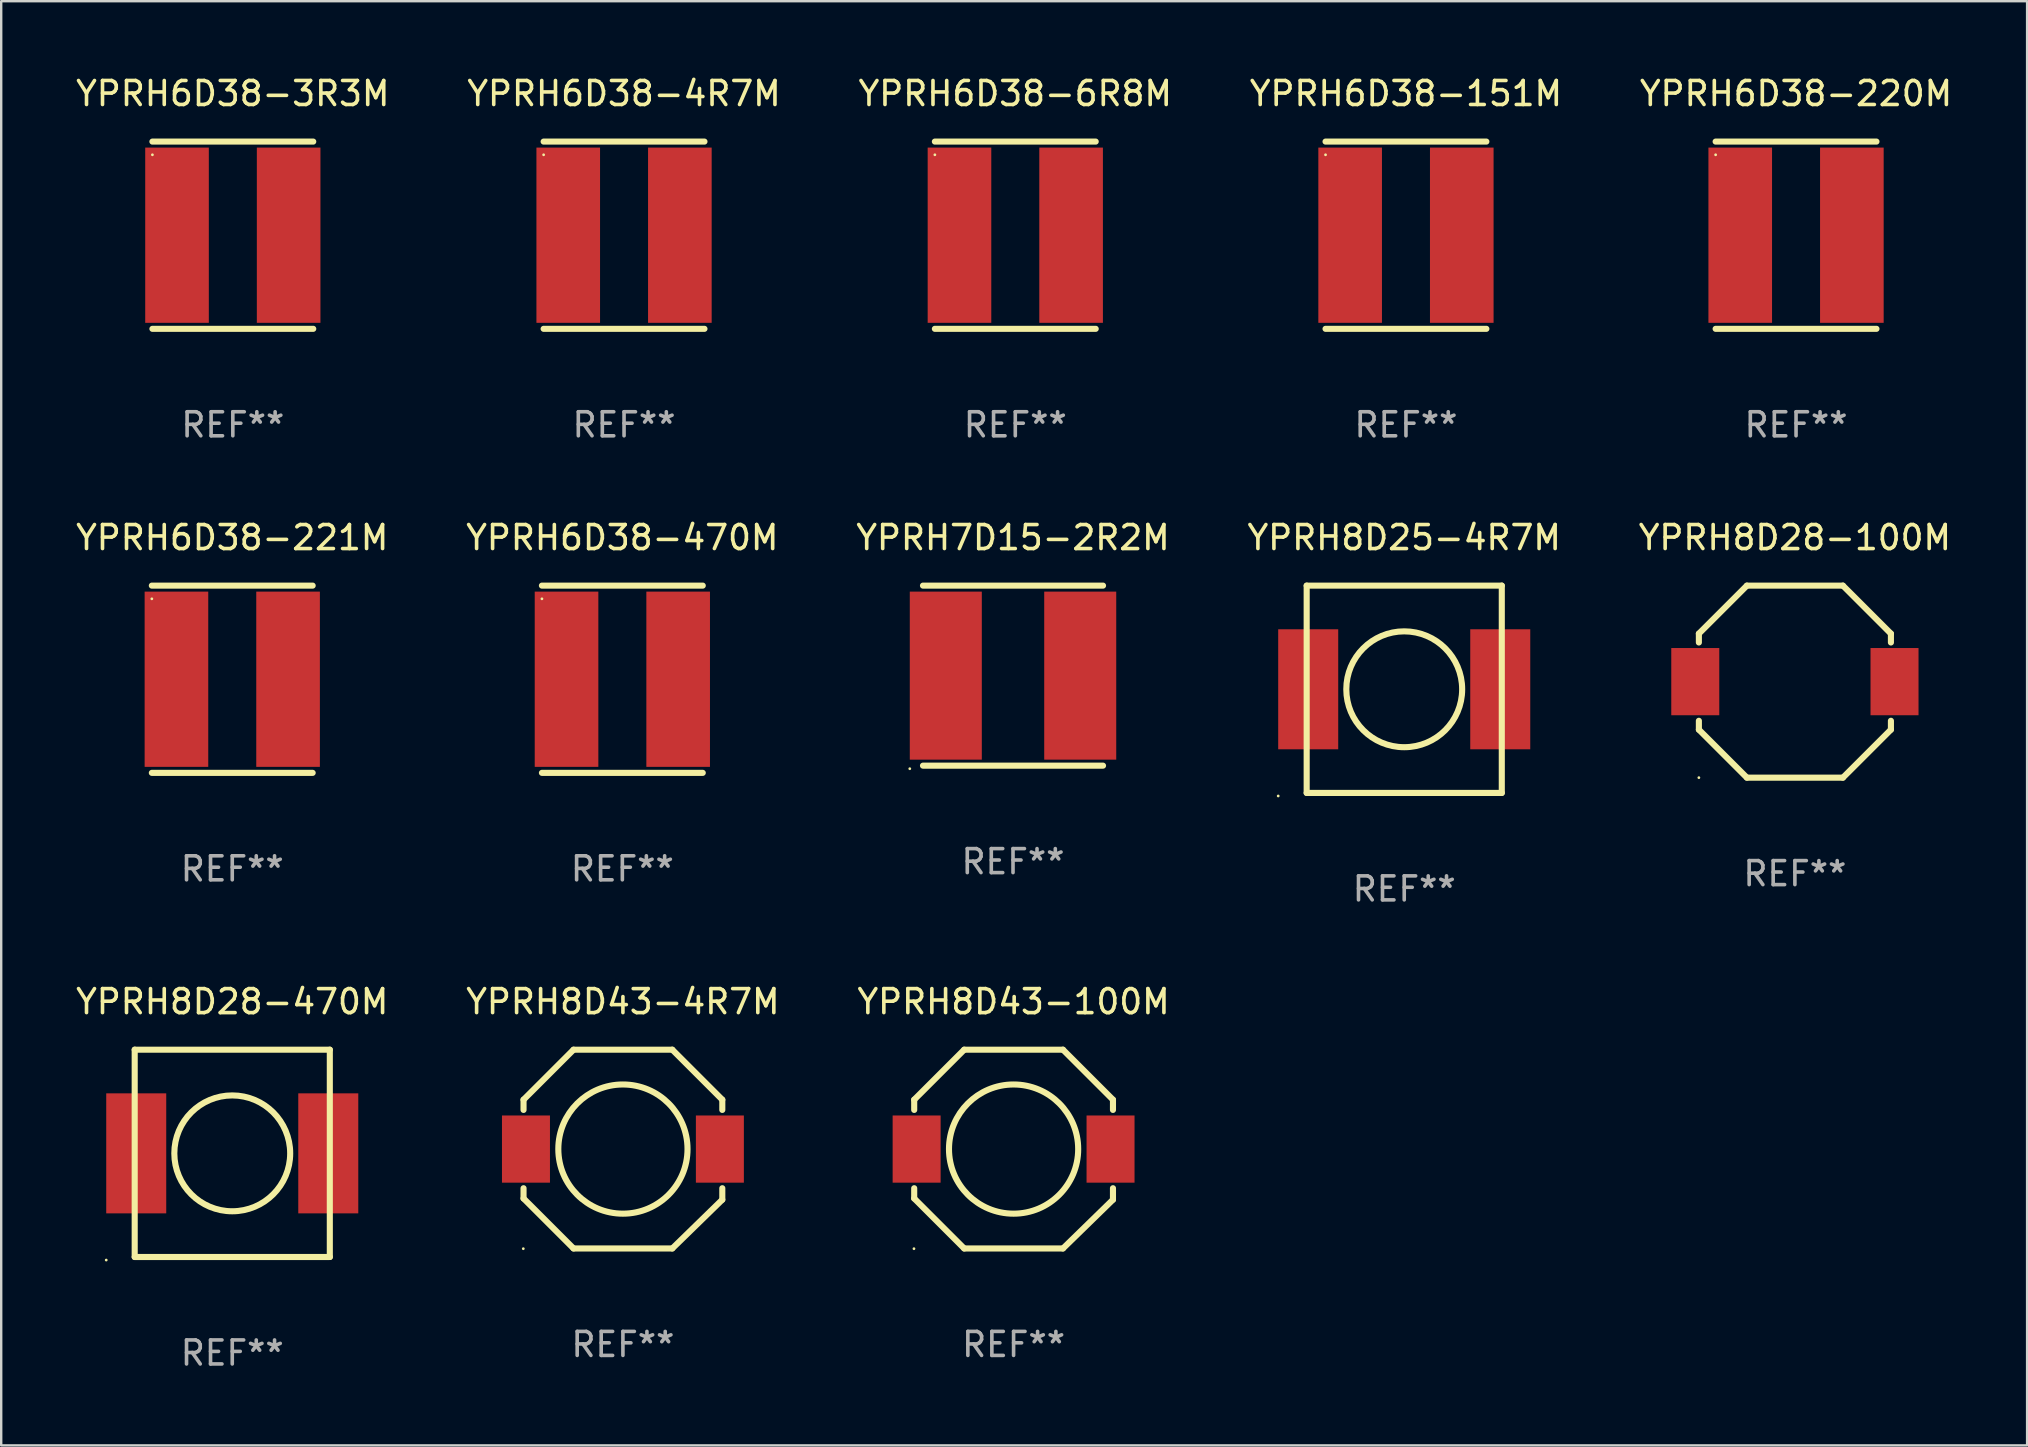
<source format=kicad_pcb>
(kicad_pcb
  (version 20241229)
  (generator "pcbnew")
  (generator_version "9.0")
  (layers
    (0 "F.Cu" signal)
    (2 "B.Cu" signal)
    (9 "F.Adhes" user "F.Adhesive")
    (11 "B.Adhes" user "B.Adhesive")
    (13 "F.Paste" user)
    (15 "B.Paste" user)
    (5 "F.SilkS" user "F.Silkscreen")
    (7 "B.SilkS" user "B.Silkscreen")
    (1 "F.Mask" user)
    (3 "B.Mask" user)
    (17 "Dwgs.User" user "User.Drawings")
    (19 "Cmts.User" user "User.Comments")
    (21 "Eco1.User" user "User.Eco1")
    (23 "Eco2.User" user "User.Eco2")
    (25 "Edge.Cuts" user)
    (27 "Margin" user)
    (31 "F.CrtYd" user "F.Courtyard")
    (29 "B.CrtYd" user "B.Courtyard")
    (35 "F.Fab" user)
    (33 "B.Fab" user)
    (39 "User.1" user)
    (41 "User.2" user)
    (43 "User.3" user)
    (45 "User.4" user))
  (footprint "YPRH6D38-470M"
    (layer "F.Cu")
    (at 22.875 25.245)
    (property "Reference" "YPRH6D38-470M" (at 0 -5.9 0) (layer "F.SilkS") (effects (font (size 1 1) (thickness 0.15))))
    (attr through_hole)
    (fp_line (start -3.35 -3.9) (end 3.35 -3.9) (stroke (width 0.254) (type solid)) (layer "F.SilkS"))
    (fp_line (start -3.35 3.9) (end 3.35 3.9) (stroke (width 0.254) (type solid)) (layer "F.SilkS"))
    (fp_circle (center -3.35 -3.35) (end -3.32 -3.35) (stroke (width 0.06) (type solid)) (fill no) (layer "F.SilkS"))
    (fp_text user "REF**" (at 0 7.9 0) (layer "F.Fab") (effects (font (size 1 1) (thickness 0.15))))
    (pad "1" smd rect (at -2.325 0) (size 2.65 7.3) (layers "F.Cu" "F.Mask" "F.Paste"))
    (pad "2" smd rect (at 2.325 0) (size 2.65 7.3) (layers "F.Cu" "F.Mask" "F.Paste")))
  (footprint "YPRH8D28-470M"
    (layer "F.Cu")
    (at 6.625 44.995)
    (property "Reference" "YPRH8D28-470M" (at 0 -6.318 0) (layer "F.SilkS") (effects (font (size 1 1) (thickness 0.15))))
    (attr through_hole)
    (fp_line (start -4.064 -4.318) (end -4.064 4.318) (stroke (width 0.254) (type solid)) (layer "F.SilkS"))
    (fp_line (start -4.064 -4.318) (end 4.064 -4.318) (stroke (width 0.254) (type solid)) (layer "F.SilkS"))
    (fp_line (start -4.064 4.318) (end 4.064 4.318) (stroke (width 0.254) (type solid)) (layer "F.SilkS"))
    (fp_line (start 4.064 -4.318) (end 4.064 4.318) (stroke (width 0.254) (type solid)) (layer "F.SilkS"))
    (fp_circle (center -5.25 4.445) (end -5.22 4.445) (stroke (width 0.06) (type solid)) (fill no) (layer "F.SilkS"))
    (fp_circle (center 0 0) (end 2.413 0) (stroke (width 0.254) (type solid)) (fill no) (layer "F.SilkS"))
    (fp_text user "REF**" (at 0 8.318 0) (layer "F.Fab") (effects (font (size 1 1) (thickness 0.15))))
    (pad "1" smd rect (at -4 0.000254 90) (size 5 2.5) (layers "F.Cu" "F.Mask" "F.Paste"))
    (pad "2" smd rect (at 4 0.000254 90) (size 5 2.5) (layers "F.Cu" "F.Mask" "F.Paste")))
  (footprint "YPRH8D28-100M"
    (layer "F.Cu")
    (at 71.72 25.345)
    (property "Reference" "YPRH8D28-100M" (at 0 -6 0) (layer "F.SilkS") (effects (font (size 1 1) (thickness 0.15))))
    (attr through_hole)
    (fp_line (start -4 -2) (end -4 -1.631) (stroke (width 0.254) (type solid)) (layer "F.SilkS"))
    (fp_line (start -4 1.631) (end -4 2) (stroke (width 0.254) (type solid)) (layer "F.SilkS"))
    (fp_line (start -4 2) (end -2 4) (stroke (width 0.254) (type solid)) (layer "F.SilkS"))
    (fp_line (start -2 -4) (end -4 -2) (stroke (width 0.254) (type solid)) (layer "F.SilkS"))
    (fp_line (start -2 4) (end 2 4) (stroke (width 0.254) (type solid)) (layer "F.SilkS"))
    (fp_line (start 2 -4) (end -2 -4) (stroke (width 0.254) (type solid)) (layer "F.SilkS"))
    (fp_line (start 2 4) (end 4 2) (stroke (width 0.254) (type solid)) (layer "F.SilkS"))
    (fp_line (start 4 -2) (end 2 -4) (stroke (width 0.254) (type solid)) (layer "F.SilkS"))
    (fp_line (start 4 -1.631) (end 4 -2) (stroke (width 0.254) (type solid)) (layer "F.SilkS"))
    (fp_line (start 4 2) (end 4 1.631) (stroke (width 0.254) (type solid)) (layer "F.SilkS"))
    (fp_circle (center -4 4) (end -3.97 4) (stroke (width 0.06) (type solid)) (fill no) (layer "F.SilkS"))
    (fp_text user "REF**" (at 0 8 0) (layer "F.Fab") (effects (font (size 1 1) (thickness 0.15))))
    (pad "1" smd rect (at -4.15 0) (size 2 2.8) (layers "F.Cu" "F.Mask" "F.Paste"))
    (pad "2" smd rect (at 4.15 0) (size 2 2.8) (layers "F.Cu" "F.Mask" "F.Paste")))
  (footprint "YPRH6D38-220M"
    (layer "F.Cu")
    (at 71.768 6.748)
    (property "Reference" "YPRH6D38-220M" (at 0 -5.9 0) (layer "F.SilkS") (effects (font (size 1 1) (thickness 0.15))))
    (attr through_hole)
    (fp_line (start -3.35 -3.9) (end 3.35 -3.9) (stroke (width 0.254) (type solid)) (layer "F.SilkS"))
    (fp_line (start -3.35 3.9) (end 3.35 3.9) (stroke (width 0.254) (type solid)) (layer "F.SilkS"))
    (fp_circle (center -3.35 -3.35) (end -3.32 -3.35) (stroke (width 0.06) (type solid)) (fill no) (layer "F.SilkS"))
    (fp_text user "REF**" (at 0 7.9 0) (layer "F.Fab") (effects (font (size 1 1) (thickness 0.15))))
    (pad "1" smd rect (at -2.325 0) (size 2.65 7.3) (layers "F.Cu" "F.Mask" "F.Paste"))
    (pad "2" smd rect (at 2.325 0) (size 2.65 7.3) (layers "F.Cu" "F.Mask" "F.Paste")))
  (footprint "YPRH6D38-4R7M"
    (layer "F.Cu")
    (at 22.946 6.748)
    (property "Reference" "YPRH6D38-4R7M" (at 0 -5.9 0) (layer "F.SilkS") (effects (font (size 1 1) (thickness 0.15))))
    (attr through_hole)
    (fp_line (start -3.35 -3.9) (end 3.35 -3.9) (stroke (width 0.254) (type solid)) (layer "F.SilkS"))
    (fp_line (start -3.35 3.9) (end 3.35 3.9) (stroke (width 0.254) (type solid)) (layer "F.SilkS"))
    (fp_circle (center -3.35 -3.35) (end -3.32 -3.35) (stroke (width 0.06) (type solid)) (fill no) (layer "F.SilkS"))
    (fp_text user "REF**" (at 0 7.9 0) (layer "F.Fab") (effects (font (size 1 1) (thickness 0.15))))
    (pad "1" smd rect (at -2.325 0) (size 2.65 7.3) (layers "F.Cu" "F.Mask" "F.Paste"))
    (pad "2" smd rect (at 2.325 0) (size 2.65 7.3) (layers "F.Cu" "F.Mask" "F.Paste")))
  (footprint "YPRH6D38-151M"
    (layer "F.Cu")
    (at 55.518 6.748)
    (property "Reference" "YPRH6D38-151M" (at 0 -5.9 0) (layer "F.SilkS") (effects (font (size 1 1) (thickness 0.15))))
    (attr through_hole)
    (fp_line (start -3.35 -3.9) (end 3.35 -3.9) (stroke (width 0.254) (type solid)) (layer "F.SilkS"))
    (fp_line (start -3.35 3.9) (end 3.35 3.9) (stroke (width 0.254) (type solid)) (layer "F.SilkS"))
    (fp_circle (center -3.35 -3.35) (end -3.32 -3.35) (stroke (width 0.06) (type solid)) (fill no) (layer "F.SilkS"))
    (fp_text user "REF**" (at 0 7.9 0) (layer "F.Fab") (effects (font (size 1 1) (thickness 0.15))))
    (pad "1" smd rect (at -2.325 0) (size 2.65 7.3) (layers "F.Cu" "F.Mask" "F.Paste"))
    (pad "2" smd rect (at 2.325 0) (size 2.65 7.3) (layers "F.Cu" "F.Mask" "F.Paste")))
  (footprint "YPRH6D38-6R8M"
    (layer "F.Cu")
    (at 39.244 6.748)
    (property "Reference" "YPRH6D38-6R8M" (at 0 -5.9 0) (layer "F.SilkS") (effects (font (size 1 1) (thickness 0.15))))
    (attr through_hole)
    (fp_line (start -3.35 -3.9) (end 3.35 -3.9) (stroke (width 0.254) (type solid)) (layer "F.SilkS"))
    (fp_line (start -3.35 3.9) (end 3.35 3.9) (stroke (width 0.254) (type solid)) (layer "F.SilkS"))
    (fp_circle (center -3.35 -3.35) (end -3.32 -3.35) (stroke (width 0.06) (type solid)) (fill no) (layer "F.SilkS"))
    (fp_text user "REF**" (at 0 7.9 0) (layer "F.Fab") (effects (font (size 1 1) (thickness 0.15))))
    (pad "1" smd rect (at -2.325 0) (size 2.65 7.3) (layers "F.Cu" "F.Mask" "F.Paste"))
    (pad "2" smd rect (at 2.325 0) (size 2.65 7.3) (layers "F.Cu" "F.Mask" "F.Paste")))
  (footprint "YPRH8D43-4R7M"
    (layer "F.Cu")
    (at 22.899 44.817)
    (property "Reference" "YPRH8D43-4R7M" (at 0 -6.14 0) (layer "F.SilkS") (effects (font (size 1 1) (thickness 0.15))))
    (attr through_hole)
    (fp_line (start -4.14 -2.057) (end -2.057 -4.14) (stroke (width 0.254) (type solid)) (layer "F.SilkS"))
    (fp_line (start -4.14 -1.631) (end -4.14 -2.057) (stroke (width 0.254) (type solid)) (layer "F.SilkS"))
    (fp_line (start -4.14 2.057) (end -4.14 1.631) (stroke (width 0.254) (type solid)) (layer "F.SilkS"))
    (fp_line (start -2.057 -4.14) (end 2.057 -4.14) (stroke (width 0.254) (type solid)) (layer "F.SilkS"))
    (fp_line (start -2.057 4.14) (end -4.14 2.057) (stroke (width 0.254) (type solid)) (layer "F.SilkS"))
    (fp_line (start 2.057 -4.14) (end 4.14 -2.057) (stroke (width 0.254) (type solid)) (layer "F.SilkS"))
    (fp_line (start 2.057 4.14) (end -2.057 4.14) (stroke (width 0.254) (type solid)) (layer "F.SilkS"))
    (fp_line (start 4.14 -2.057) (end 4.14 -1.631) (stroke (width 0.254) (type solid)) (layer "F.SilkS"))
    (fp_line (start 4.14 1.631) (end 4.14 2.108) (stroke (width 0.254) (type solid)) (layer "F.SilkS"))
    (fp_line (start 4.14 2.108) (end 2.057 4.14) (stroke (width 0.254) (type solid)) (layer "F.SilkS"))
    (fp_circle (center -4.15 4.15) (end -4.12 4.15) (stroke (width 0.06) (type solid)) (fill no) (layer "F.SilkS"))
    (fp_circle (center 0 0) (end 2.691 0) (stroke (width 0.254) (type solid)) (fill no) (layer "F.SilkS"))
    (fp_text user "REF**" (at 0 8.14 0) (layer "F.Fab") (effects (font (size 1 1) (thickness 0.15))))
    (pad "1" smd rect (at -4.039 0) (size 1.999 2.799) (layers "F.Cu" "F.Mask" "F.Paste"))
    (pad "2" smd rect (at 4.039 0) (size 1.999 2.799) (layers "F.Cu" "F.Mask" "F.Paste")))
  (footprint "YPRH6D38-221M"
    (layer "F.Cu")
    (at 6.625 25.245)
    (property "Reference" "YPRH6D38-221M" (at 0 -5.9 0) (layer "F.SilkS") (effects (font (size 1 1) (thickness 0.15))))
    (attr through_hole)
    (fp_line (start -3.35 -3.9) (end 3.35 -3.9) (stroke (width 0.254) (type solid)) (layer "F.SilkS"))
    (fp_line (start -3.35 3.9) (end 3.35 3.9) (stroke (width 0.254) (type solid)) (layer "F.SilkS"))
    (fp_circle (center -3.35 -3.35) (end -3.32 -3.35) (stroke (width 0.06) (type solid)) (fill no) (layer "F.SilkS"))
    (fp_text user "REF**" (at 0 7.9 0) (layer "F.Fab") (effects (font (size 1 1) (thickness 0.15))))
    (pad "1" smd rect (at -2.325 0) (size 2.65 7.3) (layers "F.Cu" "F.Mask" "F.Paste"))
    (pad "2" smd rect (at 2.325 0) (size 2.65 7.3) (layers "F.Cu" "F.Mask" "F.Paste")))
  (footprint "YPRH7D15-2R2M"
    (layer "F.Cu")
    (at 39.149 25.095)
    (property "Reference" "YPRH7D15-2R2M" (at 0 -5.75 0) (layer "F.SilkS") (effects (font (size 1 1) (thickness 0.15))))
    (attr through_hole)
    (fp_line (start -3.75 -3.75) (end 3.75 -3.75) (stroke (width 0.254) (type solid)) (layer "F.SilkS"))
    (fp_line (start 3.75 3.75) (end -3.75 3.75) (stroke (width 0.254) (type solid)) (layer "F.SilkS"))
    (fp_circle (center -4.3 3.877) (end -4.27 3.877) (stroke (width 0.06) (type solid)) (fill no) (layer "F.SilkS"))
    (fp_text user "REF**" (at 0 7.75 0) (layer "F.Fab") (effects (font (size 1 1) (thickness 0.15))))
    (pad "1" smd rect (at -2.8 0 90) (size 7 3) (layers "F.Cu" "F.Mask" "F.Paste"))
    (pad "2" smd rect (at 2.8 0 90) (size 7 3) (layers "F.Cu" "F.Mask" "F.Paste")))
  (footprint "YPRH8D43-100M"
    (layer "F.Cu")
    (at 39.173 44.817)
    (property "Reference" "YPRH8D43-100M" (at 0 -6.14 0) (layer "F.SilkS") (effects (font (size 1 1) (thickness 0.15))))
    (attr through_hole)
    (fp_line (start -4.14 -2.057) (end -2.057 -4.14) (stroke (width 0.254) (type solid)) (layer "F.SilkS"))
    (fp_line (start -4.14 -1.631) (end -4.14 -2.057) (stroke (width 0.254) (type solid)) (layer "F.SilkS"))
    (fp_line (start -4.14 2.057) (end -4.14 1.631) (stroke (width 0.254) (type solid)) (layer "F.SilkS"))
    (fp_line (start -2.057 -4.14) (end 2.057 -4.14) (stroke (width 0.254) (type solid)) (layer "F.SilkS"))
    (fp_line (start -2.057 4.14) (end -4.14 2.057) (stroke (width 0.254) (type solid)) (layer "F.SilkS"))
    (fp_line (start 2.057 -4.14) (end 4.14 -2.057) (stroke (width 0.254) (type solid)) (layer "F.SilkS"))
    (fp_line (start 2.057 4.14) (end -2.057 4.14) (stroke (width 0.254) (type solid)) (layer "F.SilkS"))
    (fp_line (start 4.14 -2.057) (end 4.14 -1.631) (stroke (width 0.254) (type solid)) (layer "F.SilkS"))
    (fp_line (start 4.14 1.631) (end 4.14 2.108) (stroke (width 0.254) (type solid)) (layer "F.SilkS"))
    (fp_line (start 4.14 2.108) (end 2.057 4.14) (stroke (width 0.254) (type solid)) (layer "F.SilkS"))
    (fp_circle (center -4.15 4.15) (end -4.12 4.15) (stroke (width 0.06) (type solid)) (fill no) (layer "F.SilkS"))
    (fp_circle (center 0 0) (end 2.691 0) (stroke (width 0.254) (type solid)) (fill no) (layer "F.SilkS"))
    (fp_text user "REF**" (at 0 8.14 0) (layer "F.Fab") (effects (font (size 1 1) (thickness 0.15))))
    (pad "1" smd rect (at -4.039 0) (size 1.999 2.799) (layers "F.Cu" "F.Mask" "F.Paste"))
    (pad "2" smd rect (at 4.039 0) (size 1.999 2.799) (layers "F.Cu" "F.Mask" "F.Paste")))
  (footprint "YPRH8D25-4R7M"
    (layer "F.Cu")
    (at 55.446 25.663)
    (property "Reference" "YPRH8D25-4R7M" (at 0 -6.318 0) (layer "F.SilkS") (effects (font (size 1 1) (thickness 0.15))))
    (attr through_hole)
    (fp_line (start -4.064 -4.318) (end -4.064 4.318) (stroke (width 0.254) (type solid)) (layer "F.SilkS"))
    (fp_line (start -4.064 -4.318) (end 4.064 -4.318) (stroke (width 0.254) (type solid)) (layer "F.SilkS"))
    (fp_line (start -4.064 4.318) (end 4.064 4.318) (stroke (width 0.254) (type solid)) (layer "F.SilkS"))
    (fp_line (start 4.064 -4.318) (end 4.064 4.318) (stroke (width 0.254) (type solid)) (layer "F.SilkS"))
    (fp_circle (center -5.25 4.445) (end -5.22 4.445) (stroke (width 0.06) (type solid)) (fill no) (layer "F.SilkS"))
    (fp_circle (center 0 0) (end 2.413 0) (stroke (width 0.254) (type solid)) (fill no) (layer "F.SilkS"))
    (fp_text user "REF**" (at 0 8.318 0) (layer "F.Fab") (effects (font (size 1 1) (thickness 0.15))))
    (pad "1" smd rect (at -4 0.000254 90) (size 5 2.5) (layers "F.Cu" "F.Mask" "F.Paste"))
    (pad "2" smd rect (at 4 0.000254 90) (size 5 2.5) (layers "F.Cu" "F.Mask" "F.Paste")))
  (footprint "YPRH6D38-3R3M"
    (layer "F.Cu")
    (at 6.649 6.748)
    (property "Reference" "YPRH6D38-3R3M" (at 0 -5.9 0) (layer "F.SilkS") (effects (font (size 1 1) (thickness 0.15))))
    (attr through_hole)
    (fp_line (start -3.35 -3.9) (end 3.35 -3.9) (stroke (width 0.254) (type solid)) (layer "F.SilkS"))
    (fp_line (start -3.35 3.9) (end 3.35 3.9) (stroke (width 0.254) (type solid)) (layer "F.SilkS"))
    (fp_circle (center -3.35 -3.35) (end -3.32 -3.35) (stroke (width 0.06) (type solid)) (fill no) (layer "F.SilkS"))
    (fp_text user "REF**" (at 0 7.9 0) (layer "F.Fab") (effects (font (size 1 1) (thickness 0.15))))
    (pad "1" smd rect (at -2.325 0) (size 2.65 7.3) (layers "F.Cu" "F.Mask" "F.Paste"))
    (pad "2" smd rect (at 2.325 0) (size 2.65 7.3) (layers "F.Cu" "F.Mask" "F.Paste")))
  (gr_rect
    (start -3 -3)
    (end 81.393 57.162)
    (stroke (width 0.1) (type default))
    (fill no)
    (layer "Edge.Cuts")))
</source>
